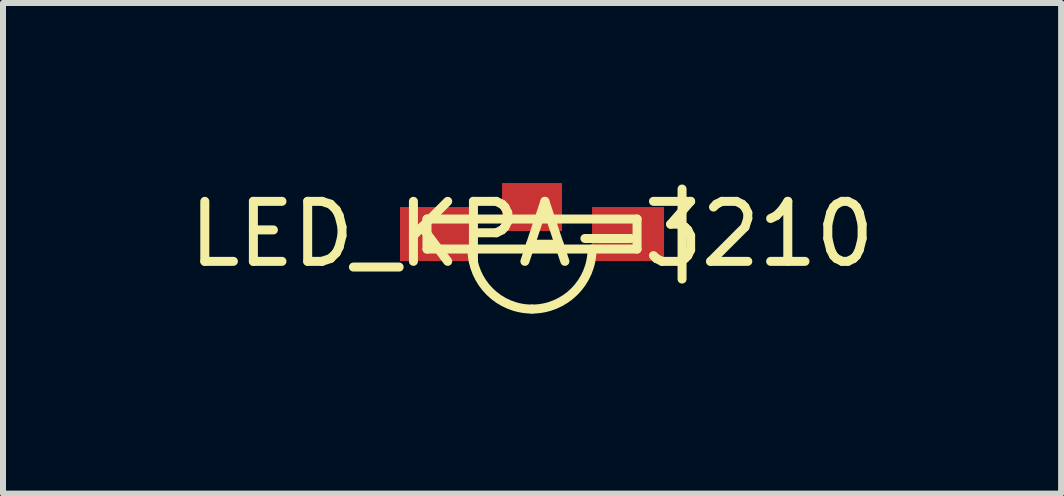
<source format=kicad_pcb>
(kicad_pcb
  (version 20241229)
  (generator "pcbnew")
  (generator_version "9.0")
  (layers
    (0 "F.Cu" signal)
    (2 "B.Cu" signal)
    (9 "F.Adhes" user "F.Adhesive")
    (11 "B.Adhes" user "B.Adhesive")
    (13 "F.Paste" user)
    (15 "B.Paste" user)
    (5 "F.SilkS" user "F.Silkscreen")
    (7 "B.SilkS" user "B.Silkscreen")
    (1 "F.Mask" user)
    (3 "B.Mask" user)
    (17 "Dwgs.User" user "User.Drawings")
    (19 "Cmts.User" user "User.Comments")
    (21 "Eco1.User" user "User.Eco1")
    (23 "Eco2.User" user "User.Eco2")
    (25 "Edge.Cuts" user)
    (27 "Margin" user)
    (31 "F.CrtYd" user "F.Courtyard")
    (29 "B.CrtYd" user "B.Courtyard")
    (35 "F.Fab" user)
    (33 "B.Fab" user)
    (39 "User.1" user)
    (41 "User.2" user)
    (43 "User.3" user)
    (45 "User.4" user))
  (footprint "LED_KPA-3210"
    (layer "F.Cu")
    (at 5.815 0.85)
    (property "Reference" "LED_KPA-3210" (at 0 0 0) (layer "F.SilkS") (effects (font (size 1 1) (thickness 0.15))))
    (attr through_hole)
    (fp_line (start -1.75 -0.25) (end -1.75 0.25) (stroke (width 0.15) (type solid)) (layer "F.SilkS"))
    (fp_line (start -1.75 0.25) (end 1.75 0.25) (stroke (width 0.15) (type solid)) (layer "F.SilkS"))
    (fp_line (start 1.75 -0.25) (end -1.75 -0.25) (stroke (width 0.15) (type solid)) (layer "F.SilkS"))
    (fp_line (start 1.75 0.25) (end 1.75 -0.25) (stroke (width 0.15) (type solid)) (layer "F.SilkS"))
    (fp_line (start 2.5 -0.75) (end 2.5 0.75) (stroke (width 0.15) (type solid)) (layer "F.SilkS"))
    (fp_arc (start 0 1.25) (mid -0.707107 0.957107) (end -1 0.25) (stroke (width 0.15) (type solid)) (layer "F.SilkS"))
    (fp_arc (start 1 0.25) (mid 0.707107 0.957107) (end 0 1.25) (stroke (width 0.15) (type solid)) (layer "F.SilkS"))
    (pad "" smd rect (at 0 -0.45) (size 1 0.8) (layers "F.Cu" "F.Mask" "F.Paste"))
    (pad "1" smd rect (at -1.6 0) (size 1.2 0.9) (layers "F.Cu" "F.Mask" "F.Paste"))
    (pad "2" smd rect (at 1.6 0) (size 1.2 0.9) (layers "F.Cu" "F.Mask" "F.Paste")))
  (gr_rect
    (start -3 -3)
    (end 14.631 5.175)
    (stroke (width 0.1) (type default))
    (fill no)
    (layer "Edge.Cuts")))
</source>
